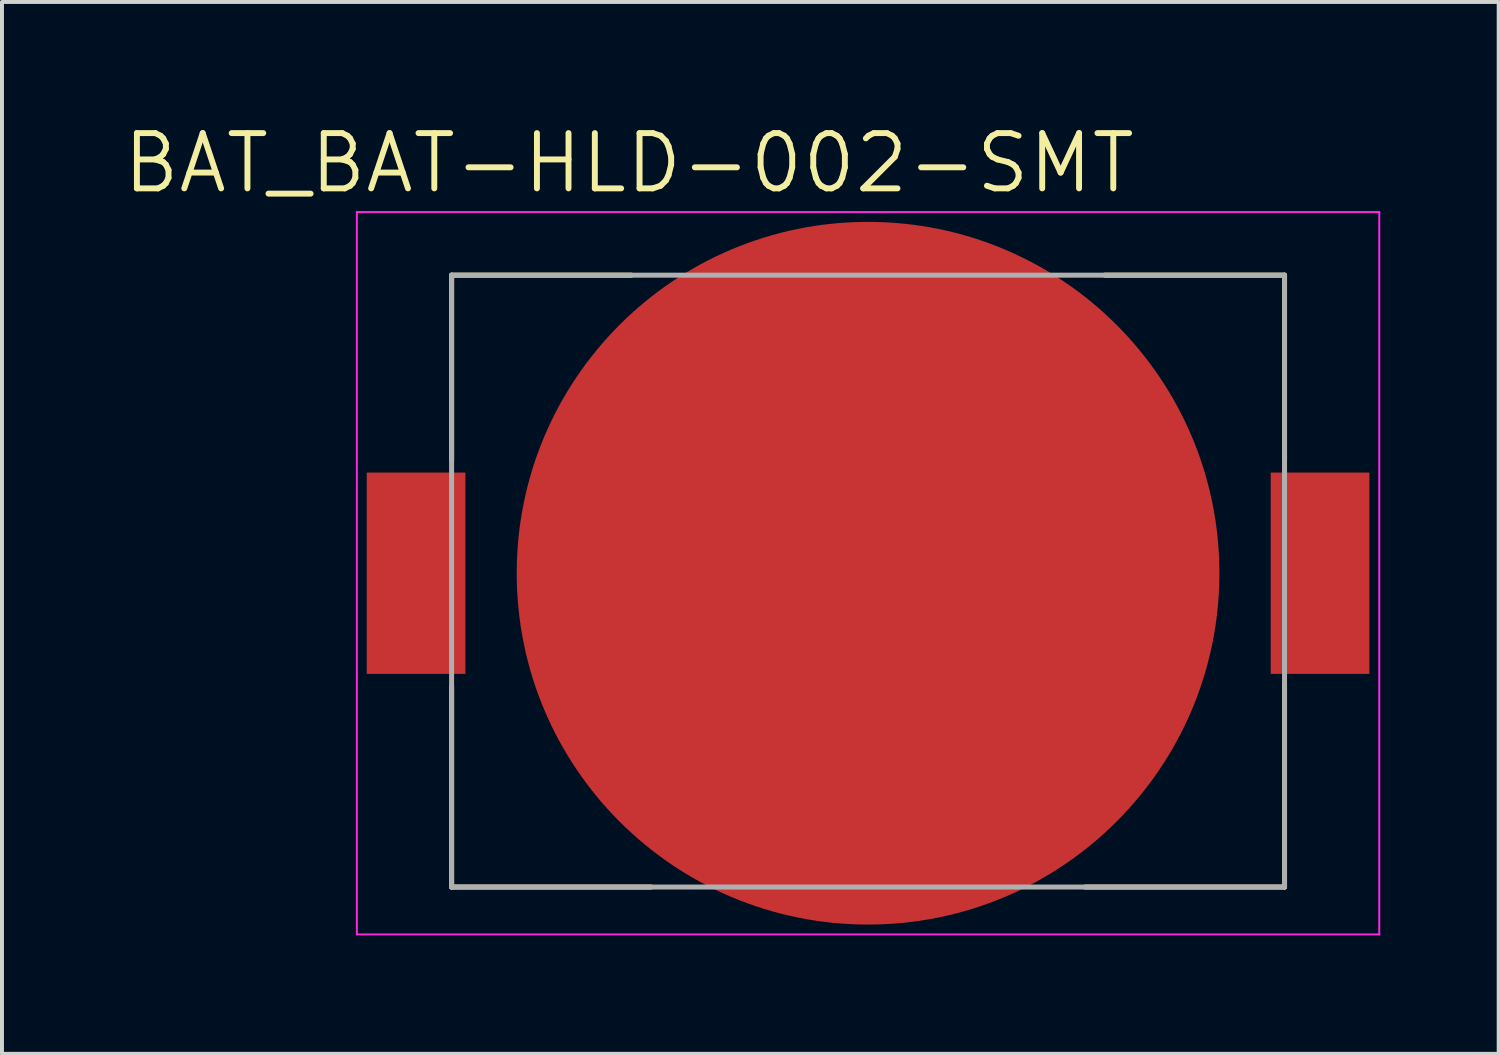
<source format=kicad_pcb>
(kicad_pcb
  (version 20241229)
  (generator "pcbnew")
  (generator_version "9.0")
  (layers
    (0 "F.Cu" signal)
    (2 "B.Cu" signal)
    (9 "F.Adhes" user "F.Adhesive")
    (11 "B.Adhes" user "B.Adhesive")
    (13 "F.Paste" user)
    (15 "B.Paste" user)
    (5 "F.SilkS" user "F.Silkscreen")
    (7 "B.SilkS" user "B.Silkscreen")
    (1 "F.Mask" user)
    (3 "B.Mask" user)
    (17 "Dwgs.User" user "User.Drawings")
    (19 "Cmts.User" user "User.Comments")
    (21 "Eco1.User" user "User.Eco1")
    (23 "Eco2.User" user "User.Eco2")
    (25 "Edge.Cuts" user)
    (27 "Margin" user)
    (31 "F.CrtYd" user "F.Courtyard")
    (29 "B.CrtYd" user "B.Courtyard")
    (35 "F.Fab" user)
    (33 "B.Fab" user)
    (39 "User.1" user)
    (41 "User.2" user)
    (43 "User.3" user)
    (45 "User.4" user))
  (footprint "BAT_BAT-HLD-002-SMT"
    (layer "F.Cu")
    (at 18.94 11.471)
    (property "Reference" "BAT_BAT-HLD-002-SMT" (at -6.055 -10.389 0) (layer "F.SilkS") (effects (font (size 1.4 1.4) (thickness 0.15))))
    (attr through_hole)
    (fp_line (start -10.55 -7.55) (end -6 -7.55) (stroke (width 0.127) (type solid)) (layer "F.SilkS"))
    (fp_line (start -10.55 -2.87) (end -10.55 -7.55) (stroke (width 0.127) (type solid)) (layer "F.SilkS"))
    (fp_line (start -10.55 2.87) (end -10.55 7.95) (stroke (width 0.127) (type solid)) (layer "F.SilkS"))
    (fp_line (start -10.55 7.95) (end -5.5 7.95) (stroke (width 0.127) (type solid)) (layer "F.SilkS"))
    (fp_line (start 5.5 7.95) (end 10.55 7.95) (stroke (width 0.127) (type solid)) (layer "F.SilkS"))
    (fp_line (start 6 -7.55) (end 10.55 -7.55) (stroke (width 0.127) (type solid)) (layer "F.SilkS"))
    (fp_line (start 10.55 -7.55) (end 10.55 -2.87) (stroke (width 0.127) (type solid)) (layer "F.SilkS"))
    (fp_line (start 10.55 7.95) (end 10.55 2.87) (stroke (width 0.127) (type solid)) (layer "F.SilkS"))
    (fp_line (start -12.95 -9.15) (end 12.95 -9.15) (stroke (width 0.05) (type solid)) (layer "F.CrtYd"))
    (fp_line (start -12.95 9.15) (end -12.95 -9.15) (stroke (width 0.05) (type solid)) (layer "F.CrtYd"))
    (fp_line (start 12.95 -9.15) (end 12.95 9.15) (stroke (width 0.05) (type solid)) (layer "F.CrtYd"))
    (fp_line (start 12.95 9.15) (end -12.95 9.15) (stroke (width 0.05) (type solid)) (layer "F.CrtYd"))
    (fp_line (start -10.55 -7.55) (end 10.55 -7.55) (stroke (width 0.127) (type solid)) (layer "F.Fab"))
    (fp_line (start -10.55 7.95) (end -10.55 -7.55) (stroke (width 0.127) (type solid)) (layer "F.Fab"))
    (fp_line (start 10.55 -7.55) (end 10.55 7.95) (stroke (width 0.127) (type solid)) (layer "F.Fab"))
    (fp_line (start 10.55 7.95) (end -10.55 7.95) (stroke (width 0.127) (type solid)) (layer "F.Fab"))
    (pad "N" smd circle (at 0 0) (size 17.8 17.8) (layers "F.Cu" "F.Mask"))
    (pad "P1" smd rect (at -11.45 0) (size 2.5 5.1) (layers "F.Cu" "F.Mask" "F.Paste"))
    (pad "P2" smd rect (at 11.45 0) (size 2.5 5.1) (layers "F.Cu" "F.Mask" "F.Paste")))
  (gr_rect
    (start -3 -3)
    (end 34.915 23.646)
    (stroke (width 0.1) (type default))
    (fill no)
    (layer "Edge.Cuts")))
</source>
